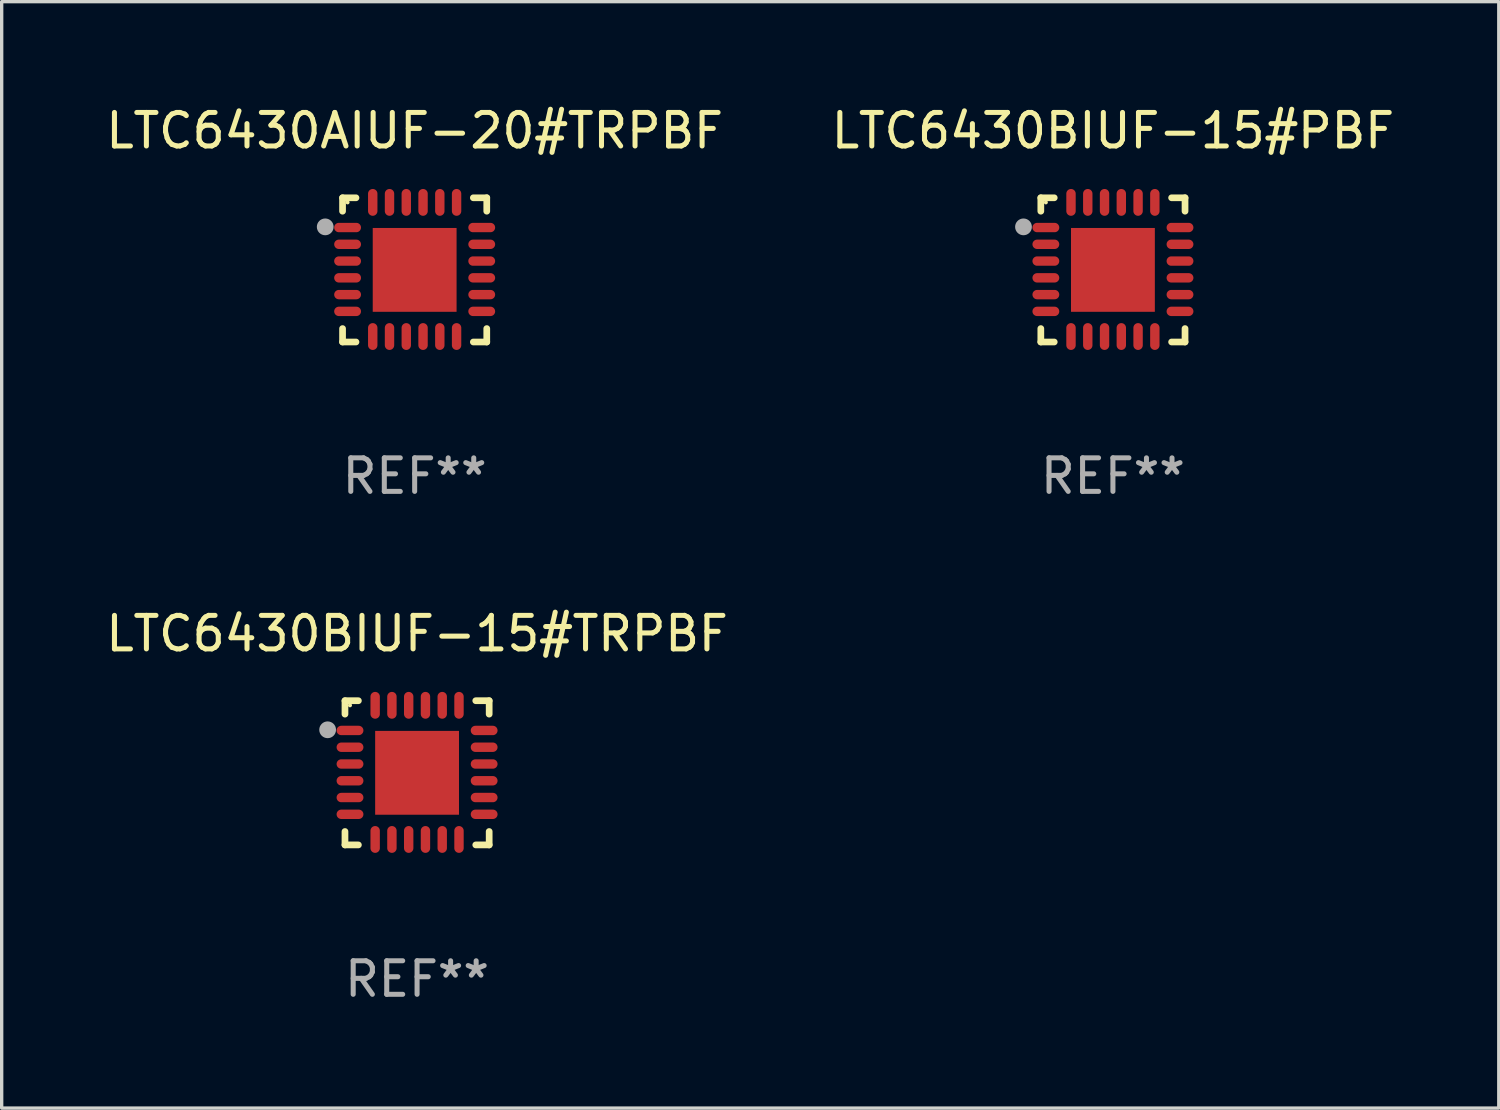
<source format=kicad_pcb>
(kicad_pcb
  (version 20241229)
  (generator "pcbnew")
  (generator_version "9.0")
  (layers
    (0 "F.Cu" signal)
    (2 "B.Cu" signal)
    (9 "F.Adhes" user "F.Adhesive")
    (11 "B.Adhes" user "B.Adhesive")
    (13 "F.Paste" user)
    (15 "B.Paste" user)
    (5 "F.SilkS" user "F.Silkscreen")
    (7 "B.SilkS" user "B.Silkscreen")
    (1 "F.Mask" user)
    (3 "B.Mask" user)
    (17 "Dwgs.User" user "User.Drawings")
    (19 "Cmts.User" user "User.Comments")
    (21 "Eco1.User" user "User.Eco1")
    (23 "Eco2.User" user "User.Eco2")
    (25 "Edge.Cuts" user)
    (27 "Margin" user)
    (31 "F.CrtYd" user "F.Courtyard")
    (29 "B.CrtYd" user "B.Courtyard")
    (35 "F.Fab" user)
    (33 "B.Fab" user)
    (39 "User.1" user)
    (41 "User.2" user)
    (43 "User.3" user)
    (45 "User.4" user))
  (footprint "LTC6430BIUF-15#PBF"
    (layer "F.Cu")
    (at 30.137 4.998)
    (property "Reference" "LTC6430BIUF-15#PBF" (at 0 -4.15 0) (layer "F.SilkS") (effects (font (size 1 1) (thickness 0.15))))
    (attr through_hole)
    (fp_line (start -2.15 -2.15) (end -1.75 -2.15) (stroke (width 0.2) (type solid)) (layer "F.SilkS"))
    (fp_line (start -2.15 -1.75) (end -2.15 -2.15) (stroke (width 0.2) (type solid)) (layer "F.SilkS"))
    (fp_line (start -2.15 2.15) (end -2.15 1.75) (stroke (width 0.2) (type solid)) (layer "F.SilkS"))
    (fp_line (start -1.75 2.15) (end -2.15 2.15) (stroke (width 0.2) (type solid)) (layer "F.SilkS"))
    (fp_line (start 1.75 -2.15) (end 2.15 -2.15) (stroke (width 0.2) (type solid)) (layer "F.SilkS"))
    (fp_line (start 1.75 2.15) (end 2.15 2.15) (stroke (width 0.2) (type solid)) (layer "F.SilkS"))
    (fp_line (start 2.15 -2.15) (end 2.15 -1.75) (stroke (width 0.2) (type solid)) (layer "F.SilkS"))
    (fp_line (start 2.15 2.15) (end 2.15 1.75) (stroke (width 0.2) (type solid)) (layer "F.SilkS"))
    (fp_circle (center -2 -2.013) (end -1.97 -2.013) (stroke (width 0.06) (type solid)) (fill no) (layer "F.SilkS"))
    (fp_circle (center -2.667 -1.283) (end -2.542 -1.283) (stroke (width 0.25) (type solid)) (fill no) (layer "F.Fab"))
    (fp_text user "REF**" (at 0 6.15 0) (layer "F.Fab") (effects (font (size 1 1) (thickness 0.15))))
    (pad "1" smd oval (at -2 -1.263) (size 0.8 0.28) (layers "F.Cu" "F.Mask" "F.Paste"))
    (pad "2" smd oval (at -2 -0.763) (size 0.8 0.28) (layers "F.Cu" "F.Mask" "F.Paste"))
    (pad "3" smd oval (at -2 -0.263) (size 0.8 0.28) (layers "F.Cu" "F.Mask" "F.Paste"))
    (pad "4" smd oval (at -2 0.237) (size 0.8 0.28) (layers "F.Cu" "F.Mask" "F.Paste"))
    (pad "5" smd oval (at -2 0.737) (size 0.8 0.28) (layers "F.Cu" "F.Mask" "F.Paste"))
    (pad "6" smd oval (at -2 1.237) (size 0.8 0.28) (layers "F.Cu" "F.Mask" "F.Paste"))
    (pad "7" smd oval (at -1.25 1.987) (size 0.28 0.8) (layers "F.Cu" "F.Mask" "F.Paste"))
    (pad "8" smd oval (at -0.75 1.987) (size 0.28 0.8) (layers "F.Cu" "F.Mask" "F.Paste"))
    (pad "9" smd oval (at -0.25 1.987) (size 0.28 0.8) (layers "F.Cu" "F.Mask" "F.Paste"))
    (pad "10" smd oval (at 0.25 1.987) (size 0.28 0.8) (layers "F.Cu" "F.Mask" "F.Paste"))
    (pad "11" smd oval (at 0.75 1.987) (size 0.28 0.8) (layers "F.Cu" "F.Mask" "F.Paste"))
    (pad "12" smd oval (at 1.25 1.987) (size 0.28 0.8) (layers "F.Cu" "F.Mask" "F.Paste"))
    (pad "13" smd oval (at 2 1.237) (size 0.8 0.28) (layers "F.Cu" "F.Mask" "F.Paste"))
    (pad "14" smd oval (at 2 0.737) (size 0.8 0.28) (layers "F.Cu" "F.Mask" "F.Paste"))
    (pad "15" smd oval (at 2 0.237) (size 0.8 0.28) (layers "F.Cu" "F.Mask" "F.Paste"))
    (pad "16" smd oval (at 2 -0.263) (size 0.8 0.28) (layers "F.Cu" "F.Mask" "F.Paste"))
    (pad "17" smd oval (at 2 -0.763) (size 0.8 0.28) (layers "F.Cu" "F.Mask" "F.Paste"))
    (pad "18" smd oval (at 2 -1.263) (size 0.8 0.28) (layers "F.Cu" "F.Mask" "F.Paste"))
    (pad "19" smd oval (at 1.25 -2.013) (size 0.28 0.8) (layers "F.Cu" "F.Mask" "F.Paste"))
    (pad "20" smd oval (at 0.75 -2.013) (size 0.28 0.8) (layers "F.Cu" "F.Mask" "F.Paste"))
    (pad "21" smd oval (at 0.25 -2.013) (size 0.28 0.8) (layers "F.Cu" "F.Mask" "F.Paste"))
    (pad "22" smd oval (at -0.25 -2.013) (size 0.28 0.8) (layers "F.Cu" "F.Mask" "F.Paste"))
    (pad "23" smd oval (at -0.75 -2.013) (size 0.28 0.8) (layers "F.Cu" "F.Mask" "F.Paste"))
    (pad "24" smd oval (at -1.25 -2.013) (size 0.28 0.8) (layers "F.Cu" "F.Mask" "F.Paste"))
    (pad "25" smd rect (at -0.000127 -0.00014) (size 2.5 2.5) (layers "F.Cu" "F.Mask" "F.Paste")))
  (footprint "LTC6430AIUF-20#TRPBF"
    (layer "F.Cu")
    (at 9.315 4.998)
    (property "Reference" "LTC6430AIUF-20#TRPBF" (at 0 -4.15 0) (layer "F.SilkS") (effects (font (size 1 1) (thickness 0.15))))
    (attr through_hole)
    (fp_line (start -2.15 -2.15) (end -1.75 -2.15) (stroke (width 0.2) (type solid)) (layer "F.SilkS"))
    (fp_line (start -2.15 -1.75) (end -2.15 -2.15) (stroke (width 0.2) (type solid)) (layer "F.SilkS"))
    (fp_line (start -2.15 2.15) (end -2.15 1.75) (stroke (width 0.2) (type solid)) (layer "F.SilkS"))
    (fp_line (start -1.75 2.15) (end -2.15 2.15) (stroke (width 0.2) (type solid)) (layer "F.SilkS"))
    (fp_line (start 1.75 -2.15) (end 2.15 -2.15) (stroke (width 0.2) (type solid)) (layer "F.SilkS"))
    (fp_line (start 1.75 2.15) (end 2.15 2.15) (stroke (width 0.2) (type solid)) (layer "F.SilkS"))
    (fp_line (start 2.15 -2.15) (end 2.15 -1.75) (stroke (width 0.2) (type solid)) (layer "F.SilkS"))
    (fp_line (start 2.15 2.15) (end 2.15 1.75) (stroke (width 0.2) (type solid)) (layer "F.SilkS"))
    (fp_circle (center -2 -2.013) (end -1.97 -2.013) (stroke (width 0.06) (type solid)) (fill no) (layer "F.SilkS"))
    (fp_circle (center -2.667 -1.283) (end -2.542 -1.283) (stroke (width 0.25) (type solid)) (fill no) (layer "F.Fab"))
    (fp_text user "REF**" (at 0 6.15 0) (layer "F.Fab") (effects (font (size 1 1) (thickness 0.15))))
    (pad "1" smd oval (at -2 -1.263) (size 0.8 0.28) (layers "F.Cu" "F.Mask" "F.Paste"))
    (pad "2" smd oval (at -2 -0.763) (size 0.8 0.28) (layers "F.Cu" "F.Mask" "F.Paste"))
    (pad "3" smd oval (at -2 -0.263) (size 0.8 0.28) (layers "F.Cu" "F.Mask" "F.Paste"))
    (pad "4" smd oval (at -2 0.237) (size 0.8 0.28) (layers "F.Cu" "F.Mask" "F.Paste"))
    (pad "5" smd oval (at -2 0.737) (size 0.8 0.28) (layers "F.Cu" "F.Mask" "F.Paste"))
    (pad "6" smd oval (at -2 1.237) (size 0.8 0.28) (layers "F.Cu" "F.Mask" "F.Paste"))
    (pad "7" smd oval (at -1.25 1.987) (size 0.28 0.8) (layers "F.Cu" "F.Mask" "F.Paste"))
    (pad "8" smd oval (at -0.75 1.987) (size 0.28 0.8) (layers "F.Cu" "F.Mask" "F.Paste"))
    (pad "9" smd oval (at -0.25 1.987) (size 0.28 0.8) (layers "F.Cu" "F.Mask" "F.Paste"))
    (pad "10" smd oval (at 0.25 1.987) (size 0.28 0.8) (layers "F.Cu" "F.Mask" "F.Paste"))
    (pad "11" smd oval (at 0.75 1.987) (size 0.28 0.8) (layers "F.Cu" "F.Mask" "F.Paste"))
    (pad "12" smd oval (at 1.25 1.987) (size 0.28 0.8) (layers "F.Cu" "F.Mask" "F.Paste"))
    (pad "13" smd oval (at 2 1.237) (size 0.8 0.28) (layers "F.Cu" "F.Mask" "F.Paste"))
    (pad "14" smd oval (at 2 0.737) (size 0.8 0.28) (layers "F.Cu" "F.Mask" "F.Paste"))
    (pad "15" smd oval (at 2 0.237) (size 0.8 0.28) (layers "F.Cu" "F.Mask" "F.Paste"))
    (pad "16" smd oval (at 2 -0.263) (size 0.8 0.28) (layers "F.Cu" "F.Mask" "F.Paste"))
    (pad "17" smd oval (at 2 -0.763) (size 0.8 0.28) (layers "F.Cu" "F.Mask" "F.Paste"))
    (pad "18" smd oval (at 2 -1.263) (size 0.8 0.28) (layers "F.Cu" "F.Mask" "F.Paste"))
    (pad "19" smd oval (at 1.25 -2.013) (size 0.28 0.8) (layers "F.Cu" "F.Mask" "F.Paste"))
    (pad "20" smd oval (at 0.75 -2.013) (size 0.28 0.8) (layers "F.Cu" "F.Mask" "F.Paste"))
    (pad "21" smd oval (at 0.25 -2.013) (size 0.28 0.8) (layers "F.Cu" "F.Mask" "F.Paste"))
    (pad "22" smd oval (at -0.25 -2.013) (size 0.28 0.8) (layers "F.Cu" "F.Mask" "F.Paste"))
    (pad "23" smd oval (at -0.75 -2.013) (size 0.28 0.8) (layers "F.Cu" "F.Mask" "F.Paste"))
    (pad "24" smd oval (at -1.25 -2.013) (size 0.28 0.8) (layers "F.Cu" "F.Mask" "F.Paste"))
    (pad "25" smd rect (at -0.000127 -0.00014) (size 2.5 2.5) (layers "F.Cu" "F.Mask" "F.Paste")))
  (footprint "LTC6430BIUF-15#TRPBF"
    (layer "F.Cu")
    (at 9.387 19.995)
    (property "Reference" "LTC6430BIUF-15#TRPBF" (at 0 -4.15 0) (layer "F.SilkS") (effects (font (size 1 1) (thickness 0.15))))
    (attr through_hole)
    (fp_line (start -2.15 -2.15) (end -1.75 -2.15) (stroke (width 0.2) (type solid)) (layer "F.SilkS"))
    (fp_line (start -2.15 -1.75) (end -2.15 -2.15) (stroke (width 0.2) (type solid)) (layer "F.SilkS"))
    (fp_line (start -2.15 2.15) (end -2.15 1.75) (stroke (width 0.2) (type solid)) (layer "F.SilkS"))
    (fp_line (start -1.75 2.15) (end -2.15 2.15) (stroke (width 0.2) (type solid)) (layer "F.SilkS"))
    (fp_line (start 1.75 -2.15) (end 2.15 -2.15) (stroke (width 0.2) (type solid)) (layer "F.SilkS"))
    (fp_line (start 1.75 2.15) (end 2.15 2.15) (stroke (width 0.2) (type solid)) (layer "F.SilkS"))
    (fp_line (start 2.15 -2.15) (end 2.15 -1.75) (stroke (width 0.2) (type solid)) (layer "F.SilkS"))
    (fp_line (start 2.15 2.15) (end 2.15 1.75) (stroke (width 0.2) (type solid)) (layer "F.SilkS"))
    (fp_circle (center -2 -2.013) (end -1.97 -2.013) (stroke (width 0.06) (type solid)) (fill no) (layer "F.SilkS"))
    (fp_circle (center -2.667 -1.283) (end -2.542 -1.283) (stroke (width 0.25) (type solid)) (fill no) (layer "F.Fab"))
    (fp_text user "REF**" (at 0 6.15 0) (layer "F.Fab") (effects (font (size 1 1) (thickness 0.15))))
    (pad "1" smd oval (at -2 -1.263) (size 0.8 0.28) (layers "F.Cu" "F.Mask" "F.Paste"))
    (pad "2" smd oval (at -2 -0.763) (size 0.8 0.28) (layers "F.Cu" "F.Mask" "F.Paste"))
    (pad "3" smd oval (at -2 -0.263) (size 0.8 0.28) (layers "F.Cu" "F.Mask" "F.Paste"))
    (pad "4" smd oval (at -2 0.237) (size 0.8 0.28) (layers "F.Cu" "F.Mask" "F.Paste"))
    (pad "5" smd oval (at -2 0.737) (size 0.8 0.28) (layers "F.Cu" "F.Mask" "F.Paste"))
    (pad "6" smd oval (at -2 1.237) (size 0.8 0.28) (layers "F.Cu" "F.Mask" "F.Paste"))
    (pad "7" smd oval (at -1.25 1.987) (size 0.28 0.8) (layers "F.Cu" "F.Mask" "F.Paste"))
    (pad "8" smd oval (at -0.75 1.987) (size 0.28 0.8) (layers "F.Cu" "F.Mask" "F.Paste"))
    (pad "9" smd oval (at -0.25 1.987) (size 0.28 0.8) (layers "F.Cu" "F.Mask" "F.Paste"))
    (pad "10" smd oval (at 0.25 1.987) (size 0.28 0.8) (layers "F.Cu" "F.Mask" "F.Paste"))
    (pad "11" smd oval (at 0.75 1.987) (size 0.28 0.8) (layers "F.Cu" "F.Mask" "F.Paste"))
    (pad "12" smd oval (at 1.25 1.987) (size 0.28 0.8) (layers "F.Cu" "F.Mask" "F.Paste"))
    (pad "13" smd oval (at 2 1.237) (size 0.8 0.28) (layers "F.Cu" "F.Mask" "F.Paste"))
    (pad "14" smd oval (at 2 0.737) (size 0.8 0.28) (layers "F.Cu" "F.Mask" "F.Paste"))
    (pad "15" smd oval (at 2 0.237) (size 0.8 0.28) (layers "F.Cu" "F.Mask" "F.Paste"))
    (pad "16" smd oval (at 2 -0.263) (size 0.8 0.28) (layers "F.Cu" "F.Mask" "F.Paste"))
    (pad "17" smd oval (at 2 -0.763) (size 0.8 0.28) (layers "F.Cu" "F.Mask" "F.Paste"))
    (pad "18" smd oval (at 2 -1.263) (size 0.8 0.28) (layers "F.Cu" "F.Mask" "F.Paste"))
    (pad "19" smd oval (at 1.25 -2.013) (size 0.28 0.8) (layers "F.Cu" "F.Mask" "F.Paste"))
    (pad "20" smd oval (at 0.75 -2.013) (size 0.28 0.8) (layers "F.Cu" "F.Mask" "F.Paste"))
    (pad "21" smd oval (at 0.25 -2.013) (size 0.28 0.8) (layers "F.Cu" "F.Mask" "F.Paste"))
    (pad "22" smd oval (at -0.25 -2.013) (size 0.28 0.8) (layers "F.Cu" "F.Mask" "F.Paste"))
    (pad "23" smd oval (at -0.75 -2.013) (size 0.28 0.8) (layers "F.Cu" "F.Mask" "F.Paste"))
    (pad "24" smd oval (at -1.25 -2.013) (size 0.28 0.8) (layers "F.Cu" "F.Mask" "F.Paste"))
    (pad "25" smd rect (at -0.000127 -0.00014) (size 2.5 2.5) (layers "F.Cu" "F.Mask" "F.Paste")))
  (gr_rect
    (start -3 -3)
    (end 41.643 29.993)
    (stroke (width 0.1) (type default))
    (fill no)
    (layer "Edge.Cuts")))
</source>
